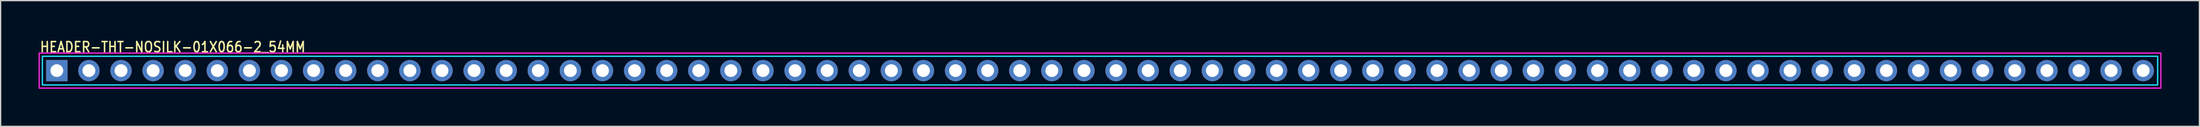
<source format=kicad_pcb>
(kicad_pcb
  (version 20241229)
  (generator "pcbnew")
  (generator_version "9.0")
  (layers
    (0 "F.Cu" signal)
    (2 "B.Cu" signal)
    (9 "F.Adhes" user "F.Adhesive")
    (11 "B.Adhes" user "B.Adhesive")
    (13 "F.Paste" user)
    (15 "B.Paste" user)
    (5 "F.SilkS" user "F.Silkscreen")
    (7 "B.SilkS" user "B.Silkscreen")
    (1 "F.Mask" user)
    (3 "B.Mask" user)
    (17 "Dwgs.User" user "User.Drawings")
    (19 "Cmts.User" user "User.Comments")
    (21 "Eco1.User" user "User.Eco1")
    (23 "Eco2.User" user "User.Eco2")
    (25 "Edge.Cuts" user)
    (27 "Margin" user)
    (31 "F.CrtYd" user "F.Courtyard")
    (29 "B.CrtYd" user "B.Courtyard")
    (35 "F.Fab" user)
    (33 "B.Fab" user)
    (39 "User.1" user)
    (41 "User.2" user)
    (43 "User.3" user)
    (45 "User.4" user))
  (footprint "HEADER-THT-NOSILK-01X066-2_54MM"
    (layer "F.Cu")
    (at 1.447 2.579)
    (property "Reference" "HEADER-THT-NOSILK-01X066-2_54MM" (at -1.4 -1.4 0) (unlocked yes) (layer "F.SilkS") (effects (font (size 0.813 0.695) (thickness 0.122)) (justify left bottom)))
    (fp_poly (pts (xy -1.143 -1.143) (xy 166.243 -1.143) (xy 166.243 1.143) (xy -1.143 1.143)) (stroke (width 0.1) (type solid)) (fill no) (layer "B.CrtYd"))
    (fp_poly (pts (xy -1.397 -1.397) (xy 166.497 -1.397) (xy 166.497 1.397) (xy -1.397 1.397)) (stroke (width 0.1) (type solid)) (fill no) (layer "F.CrtYd"))
    (pad "1" thru_hole rect (at 0 0) (size 1.693 1.693) (drill 1.016) (layers "*.Cu" "*.Mask"))
    (pad "2" thru_hole oval (at 2.54 0) (size 1.693 1.693) (drill 1.016) (layers "*.Cu" "*.Mask"))
    (pad "3" thru_hole oval (at 5.08 0) (size 1.693 1.693) (drill 1.016) (layers "*.Cu" "*.Mask"))
    (pad "4" thru_hole oval (at 7.62 0) (size 1.693 1.693) (drill 1.016) (layers "*.Cu" "*.Mask"))
    (pad "5" thru_hole oval (at 10.16 0) (size 1.693 1.693) (drill 1.016) (layers "*.Cu" "*.Mask"))
    (pad "6" thru_hole oval (at 12.7 0) (size 1.693 1.693) (drill 1.016) (layers "*.Cu" "*.Mask"))
    (pad "7" thru_hole oval (at 15.24 0) (size 1.693 1.693) (drill 1.016) (layers "*.Cu" "*.Mask"))
    (pad "8" thru_hole oval (at 17.78 0) (size 1.693 1.693) (drill 1.016) (layers "*.Cu" "*.Mask"))
    (pad "9" thru_hole oval (at 20.32 0) (size 1.693 1.693) (drill 1.016) (layers "*.Cu" "*.Mask"))
    (pad "10" thru_hole oval (at 22.86 0) (size 1.693 1.693) (drill 1.016) (layers "*.Cu" "*.Mask"))
    (pad "11" thru_hole oval (at 25.4 0) (size 1.693 1.693) (drill 1.016) (layers "*.Cu" "*.Mask"))
    (pad "12" thru_hole oval (at 27.94 0) (size 1.693 1.693) (drill 1.016) (layers "*.Cu" "*.Mask"))
    (pad "13" thru_hole oval (at 30.48 0) (size 1.693 1.693) (drill 1.016) (layers "*.Cu" "*.Mask"))
    (pad "14" thru_hole oval (at 33.02 0) (size 1.693 1.693) (drill 1.016) (layers "*.Cu" "*.Mask"))
    (pad "15" thru_hole oval (at 35.56 0) (size 1.693 1.693) (drill 1.016) (layers "*.Cu" "*.Mask"))
    (pad "16" thru_hole oval (at 38.1 0) (size 1.693 1.693) (drill 1.016) (layers "*.Cu" "*.Mask"))
    (pad "17" thru_hole oval (at 40.64 0) (size 1.693 1.693) (drill 1.016) (layers "*.Cu" "*.Mask"))
    (pad "18" thru_hole oval (at 43.18 0) (size 1.693 1.693) (drill 1.016) (layers "*.Cu" "*.Mask"))
    (pad "19" thru_hole oval (at 45.72 0) (size 1.693 1.693) (drill 1.016) (layers "*.Cu" "*.Mask"))
    (pad "20" thru_hole oval (at 48.26 0) (size 1.693 1.693) (drill 1.016) (layers "*.Cu" "*.Mask"))
    (pad "21" thru_hole oval (at 50.8 0) (size 1.693 1.693) (drill 1.016) (layers "*.Cu" "*.Mask"))
    (pad "22" thru_hole oval (at 53.34 0) (size 1.693 1.693) (drill 1.016) (layers "*.Cu" "*.Mask"))
    (pad "23" thru_hole oval (at 55.88 0) (size 1.693 1.693) (drill 1.016) (layers "*.Cu" "*.Mask"))
    (pad "24" thru_hole oval (at 58.42 0) (size 1.693 1.693) (drill 1.016) (layers "*.Cu" "*.Mask"))
    (pad "25" thru_hole oval (at 60.96 0) (size 1.693 1.693) (drill 1.016) (layers "*.Cu" "*.Mask"))
    (pad "26" thru_hole oval (at 63.5 0) (size 1.693 1.693) (drill 1.016) (layers "*.Cu" "*.Mask"))
    (pad "27" thru_hole oval (at 66.04 0) (size 1.693 1.693) (drill 1.016) (layers "*.Cu" "*.Mask"))
    (pad "28" thru_hole oval (at 68.58 0) (size 1.693 1.693) (drill 1.016) (layers "*.Cu" "*.Mask"))
    (pad "29" thru_hole oval (at 71.12 0) (size 1.693 1.693) (drill 1.016) (layers "*.Cu" "*.Mask"))
    (pad "30" thru_hole oval (at 73.66 0) (size 1.693 1.693) (drill 1.016) (layers "*.Cu" "*.Mask"))
    (pad "31" thru_hole oval (at 76.2 0) (size 1.693 1.693) (drill 1.016) (layers "*.Cu" "*.Mask"))
    (pad "32" thru_hole oval (at 78.74 0) (size 1.693 1.693) (drill 1.016) (layers "*.Cu" "*.Mask"))
    (pad "33" thru_hole oval (at 81.28 0) (size 1.693 1.693) (drill 1.016) (layers "*.Cu" "*.Mask"))
    (pad "34" thru_hole oval (at 83.82 0) (size 1.693 1.693) (drill 1.016) (layers "*.Cu" "*.Mask"))
    (pad "35" thru_hole oval (at 86.36 0) (size 1.693 1.693) (drill 1.016) (layers "*.Cu" "*.Mask"))
    (pad "36" thru_hole oval (at 88.9 0) (size 1.693 1.693) (drill 1.016) (layers "*.Cu" "*.Mask"))
    (pad "37" thru_hole oval (at 91.44 0) (size 1.693 1.693) (drill 1.016) (layers "*.Cu" "*.Mask"))
    (pad "38" thru_hole oval (at 93.98 0) (size 1.693 1.693) (drill 1.016) (layers "*.Cu" "*.Mask"))
    (pad "39" thru_hole oval (at 96.52 0) (size 1.693 1.693) (drill 1.016) (layers "*.Cu" "*.Mask"))
    (pad "40" thru_hole oval (at 99.06 0) (size 1.693 1.693) (drill 1.016) (layers "*.Cu" "*.Mask"))
    (pad "41" thru_hole oval (at 101.6 0) (size 1.693 1.693) (drill 1.016) (layers "*.Cu" "*.Mask"))
    (pad "42" thru_hole oval (at 104.14 0) (size 1.693 1.693) (drill 1.016) (layers "*.Cu" "*.Mask"))
    (pad "43" thru_hole oval (at 106.68 0) (size 1.693 1.693) (drill 1.016) (layers "*.Cu" "*.Mask"))
    (pad "44" thru_hole oval (at 109.22 0) (size 1.693 1.693) (drill 1.016) (layers "*.Cu" "*.Mask"))
    (pad "45" thru_hole oval (at 111.76 0) (size 1.693 1.693) (drill 1.016) (layers "*.Cu" "*.Mask"))
    (pad "46" thru_hole oval (at 114.3 0) (size 1.693 1.693) (drill 1.016) (layers "*.Cu" "*.Mask"))
    (pad "47" thru_hole oval (at 116.84 0) (size 1.693 1.693) (drill 1.016) (layers "*.Cu" "*.Mask"))
    (pad "48" thru_hole oval (at 119.38 0) (size 1.693 1.693) (drill 1.016) (layers "*.Cu" "*.Mask"))
    (pad "49" thru_hole oval (at 121.92 0) (size 1.693 1.693) (drill 1.016) (layers "*.Cu" "*.Mask"))
    (pad "50" thru_hole oval (at 124.46 0) (size 1.693 1.693) (drill 1.016) (layers "*.Cu" "*.Mask"))
    (pad "51" thru_hole oval (at 127 0) (size 1.693 1.693) (drill 1.016) (layers "*.Cu" "*.Mask"))
    (pad "52" thru_hole oval (at 129.54 0) (size 1.693 1.693) (drill 1.016) (layers "*.Cu" "*.Mask"))
    (pad "53" thru_hole oval (at 132.08 0) (size 1.693 1.693) (drill 1.016) (layers "*.Cu" "*.Mask"))
    (pad "54" thru_hole oval (at 134.62 0) (size 1.693 1.693) (drill 1.016) (layers "*.Cu" "*.Mask"))
    (pad "55" thru_hole oval (at 137.16 0) (size 1.693 1.693) (drill 1.016) (layers "*.Cu" "*.Mask"))
    (pad "56" thru_hole oval (at 139.7 0) (size 1.693 1.693) (drill 1.016) (layers "*.Cu" "*.Mask"))
    (pad "57" thru_hole oval (at 142.24 0) (size 1.693 1.693) (drill 1.016) (layers "*.Cu" "*.Mask"))
    (pad "58" thru_hole oval (at 144.78 0) (size 1.693 1.693) (drill 1.016) (layers "*.Cu" "*.Mask"))
    (pad "59" thru_hole oval (at 147.32 0) (size 1.693 1.693) (drill 1.016) (layers "*.Cu" "*.Mask"))
    (pad "60" thru_hole oval (at 149.86 0) (size 1.693 1.693) (drill 1.016) (layers "*.Cu" "*.Mask"))
    (pad "61" thru_hole oval (at 152.4 0) (size 1.693 1.693) (drill 1.016) (layers "*.Cu" "*.Mask"))
    (pad "62" thru_hole oval (at 154.94 0) (size 1.693 1.693) (drill 1.016) (layers "*.Cu" "*.Mask"))
    (pad "63" thru_hole oval (at 157.48 0) (size 1.693 1.693) (drill 1.016) (layers "*.Cu" "*.Mask"))
    (pad "64" thru_hole oval (at 160.02 0) (size 1.693 1.693) (drill 1.016) (layers "*.Cu" "*.Mask"))
    (pad "65" thru_hole oval (at 162.56 0) (size 1.693 1.693) (drill 1.016) (layers "*.Cu" "*.Mask"))
    (pad "66" thru_hole oval (at 165.1 0) (size 1.693 1.693) (drill 1.016) (layers "*.Cu" "*.Mask")))
  (gr_rect
    (start -3 -3)
    (end 170.994 7.026)
    (stroke (width 0.1) (type default))
    (fill no)
    (layer "Edge.Cuts")))
</source>
